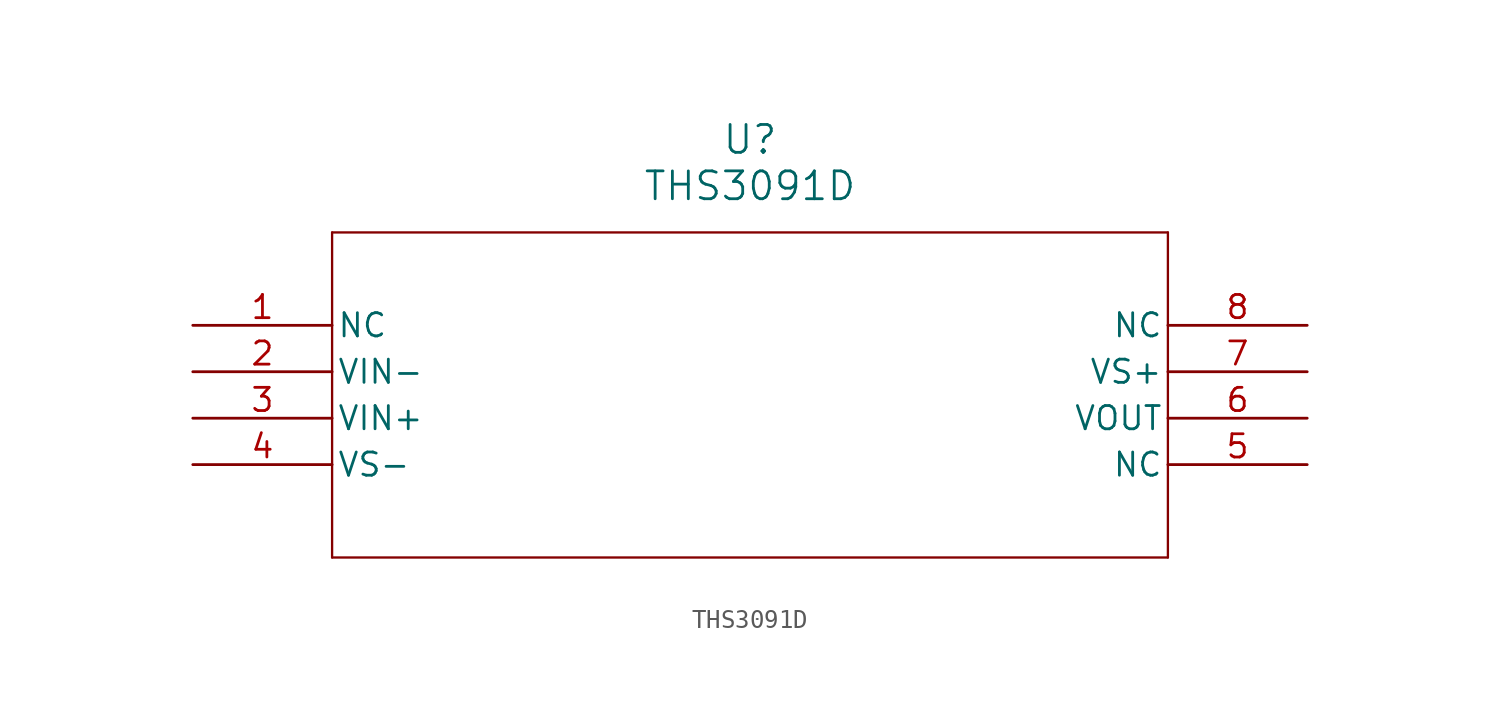
<source format=kicad_sym>
(kicad_symbol_lib
  (version 20231120)
  (generator "kicad_symbol_editor")
  (generator_version "8.0")
  (symbol "THS3091D"
    (pin_names
      (offset 0.254))
    (property "Reference" "U"
      (at 30.48 10.16 0)
      (effects (font (size 1.524 1.524))))
    (property "Value" "THS3091D"
      (at 30.48 7.62 0)
      (effects (font (size 1.524 1.524))))
    (property "ki_locked" ""
      (at 0 0 0)
      (effects (font (size 1.27 1.27))))
    (symbol "THS3091D_0_1"
      (polyline (pts (xy 7.62 -12.7) (xy 53.34 -12.7)) (stroke (width 0.127) (type default)) (fill (type none)))
      (polyline (pts (xy 7.62 5.08) (xy 7.62 -12.7)) (stroke (width 0.127) (type default)) (fill (type none)))
      (polyline (pts (xy 53.34 -12.7) (xy 53.34 5.08)) (stroke (width 0.127) (type default)) (fill (type none)))
      (polyline (pts (xy 53.34 5.08) (xy 7.62 5.08)) (stroke (width 0.127) (type default)) (fill (type none)))
      (pin unspecified line (at 0 0 0) (length 7.62) (name "NC" (effects (font (size 1.27 1.27)))) (number "1" (effects (font (size 1.27 1.27)))))
      (pin input line (at 0 -2.54 0) (length 7.62) (name "VIN-" (effects (font (size 1.27 1.27)))) (number "2" (effects (font (size 1.27 1.27)))))
      (pin input line (at 0 -5.08 0) (length 7.62) (name "VIN+" (effects (font (size 1.27 1.27)))) (number "3" (effects (font (size 1.27 1.27)))))
      (pin unspecified line (at 60.96 -7.62 180) (length 7.62) (name "NC" (effects (font (size 1.27 1.27)))) (number "5" (effects (font (size 1.27 1.27)))))
      (pin output line (at 60.96 -5.08 180) (length 7.62) (name "VOUT" (effects (font (size 1.27 1.27)))) (number "6" (effects (font (size 1.27 1.27)))))
      (pin power_in line (at 60.96 -2.54 180) (length 7.62) (name "VS+" (effects (font (size 1.27 1.27)))) (number "7" (effects (font (size 1.27 1.27)))))
      (pin unspecified line (at 60.96 0 180) (length 7.62) (name "NC" (effects (font (size 1.27 1.27)))) (number "8" (effects (font (size 1.27 1.27))))))
    (symbol "THS3091D_1_1"
      (pin power_in line (at 0 -7.62 0) (length 7.62) (name "VS-" (effects (font (size 1.27 1.27)))) (number "4" (effects (font (size 1.27 1.27))))))))
</source>
